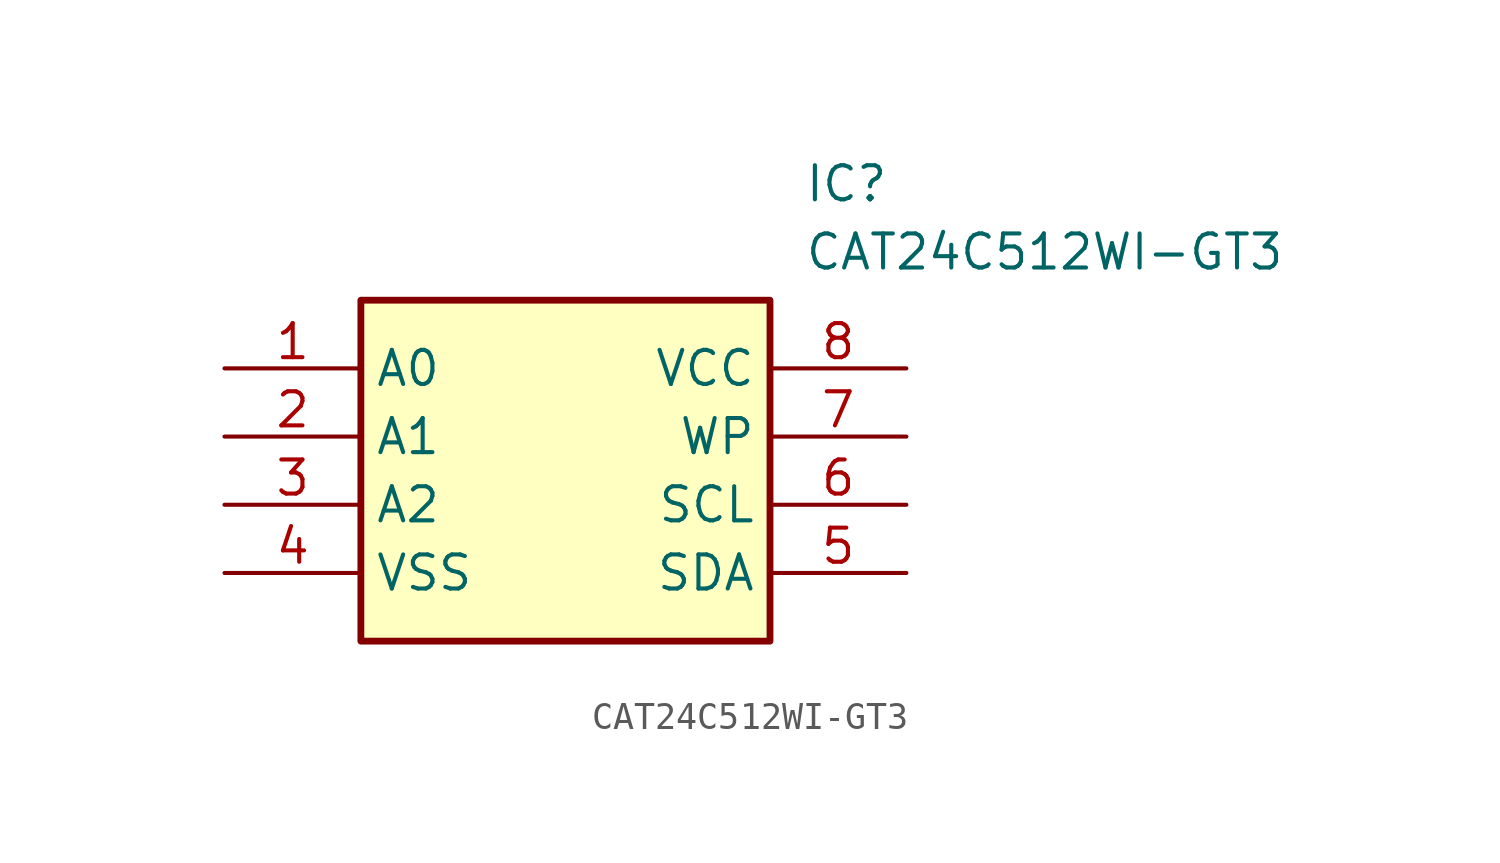
<source format=kicad_sym>
(kicad_symbol_lib
  (version 20211014)
  (generator SamacSys_ECAD_Model)
  (symbol "CAT24C512WI-GT3"
    (property "Reference" "IC"
      (at 21.59 7.62 0)
      (effects (font (size 1.27 1.27)) (justify left top)))
    (property "Value" "CAT24C512WI-GT3"
      (at 21.59 5.08 0)
      (effects (font (size 1.27 1.27)) (justify left top)))
    (rectangle
      (start 5.08 2.54)
      (end 20.32 -10.16)
      (stroke (width 0.254) (type default))
      (fill (type background)))
    (pin passive line
      (at 0 0 0)
      (length 5.08)
      (name "A0" (effects (font (size 1.27 1.27))))
      (number "1" (effects (font (size 1.27 1.27)))))
    (pin passive line
      (at 0 -2.54 0)
      (length 5.08)
      (name "A1" (effects (font (size 1.27 1.27))))
      (number "2" (effects (font (size 1.27 1.27)))))
    (pin passive line
      (at 0 -5.08 0)
      (length 5.08)
      (name "A2" (effects (font (size 1.27 1.27))))
      (number "3" (effects (font (size 1.27 1.27)))))
    (pin passive line
      (at 0 -7.62 0)
      (length 5.08)
      (name "VSS" (effects (font (size 1.27 1.27))))
      (number "4" (effects (font (size 1.27 1.27)))))
    (pin passive line
      (at 25.4 0 180)
      (length 5.08)
      (name "VCC" (effects (font (size 1.27 1.27))))
      (number "8" (effects (font (size 1.27 1.27)))))
    (pin passive line
      (at 25.4 -2.54 180)
      (length 5.08)
      (name "WP" (effects (font (size 1.27 1.27))))
      (number "7" (effects (font (size 1.27 1.27)))))
    (pin passive line
      (at 25.4 -5.08 180)
      (length 5.08)
      (name "SCL" (effects (font (size 1.27 1.27))))
      (number "6" (effects (font (size 1.27 1.27)))))
    (pin passive line
      (at 25.4 -7.62 180)
      (length 5.08)
      (name "SDA" (effects (font (size 1.27 1.27))))
      (number "5" (effects (font (size 1.27 1.27)))))))
</source>
